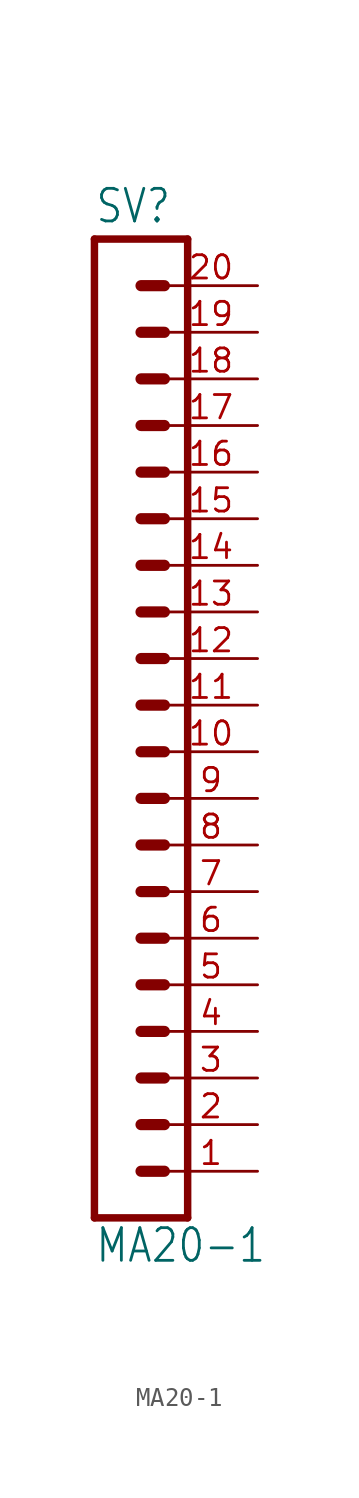
<source format=kicad_sym>
(kicad_symbol_lib
  (version 20211014)
  (generator kicad_symbol_editor)
  (symbol "MA20-1"
    (property "Reference" "SV"
      (at -1.27 28.702 0)
      (effects (font (size 1.778 1.511)) (justify left bottom)))
    (property "Value" "MA20-1"
      (at -1.27 -27.94 0)
      (effects (font (size 1.778 1.511)) (justify left bottom)))
    (property "ki_locked" ""
      (at 0 0 0)
      (effects (font (size 1.27 1.27))))
    (symbol "MA20-1_1_0"
      (polyline (pts (xy -1.27 27.94) (xy -1.27 -25.4)) (stroke (width 0.406) (type default) (color 0 0 0 0)) (fill (type none)))
      (polyline (pts (xy -1.27 27.94) (xy 3.81 27.94)) (stroke (width 0.406) (type default) (color 0 0 0 0)) (fill (type none)))
      (polyline (pts (xy 1.27 -22.86) (xy 2.54 -22.86)) (stroke (width 0.61) (type default) (color 0 0 0 0)) (fill (type none)))
      (polyline (pts (xy 1.27 -20.32) (xy 2.54 -20.32)) (stroke (width 0.61) (type default) (color 0 0 0 0)) (fill (type none)))
      (polyline (pts (xy 1.27 -17.78) (xy 2.54 -17.78)) (stroke (width 0.61) (type default) (color 0 0 0 0)) (fill (type none)))
      (polyline (pts (xy 1.27 -15.24) (xy 2.54 -15.24)) (stroke (width 0.61) (type default) (color 0 0 0 0)) (fill (type none)))
      (polyline (pts (xy 1.27 -12.7) (xy 2.54 -12.7)) (stroke (width 0.61) (type default) (color 0 0 0 0)) (fill (type none)))
      (polyline (pts (xy 1.27 -10.16) (xy 2.54 -10.16)) (stroke (width 0.61) (type default) (color 0 0 0 0)) (fill (type none)))
      (polyline (pts (xy 1.27 -7.62) (xy 2.54 -7.62)) (stroke (width 0.61) (type default) (color 0 0 0 0)) (fill (type none)))
      (polyline (pts (xy 1.27 -5.08) (xy 2.54 -5.08)) (stroke (width 0.61) (type default) (color 0 0 0 0)) (fill (type none)))
      (polyline (pts (xy 1.27 -2.54) (xy 2.54 -2.54)) (stroke (width 0.61) (type default) (color 0 0 0 0)) (fill (type none)))
      (polyline (pts (xy 1.27 0) (xy 2.54 0)) (stroke (width 0.61) (type default) (color 0 0 0 0)) (fill (type none)))
      (polyline (pts (xy 1.27 2.54) (xy 2.54 2.54)) (stroke (width 0.61) (type default) (color 0 0 0 0)) (fill (type none)))
      (polyline (pts (xy 1.27 5.08) (xy 2.54 5.08)) (stroke (width 0.61) (type default) (color 0 0 0 0)) (fill (type none)))
      (polyline (pts (xy 1.27 7.62) (xy 2.54 7.62)) (stroke (width 0.61) (type default) (color 0 0 0 0)) (fill (type none)))
      (polyline (pts (xy 1.27 10.16) (xy 2.54 10.16)) (stroke (width 0.61) (type default) (color 0 0 0 0)) (fill (type none)))
      (polyline (pts (xy 1.27 12.7) (xy 2.54 12.7)) (stroke (width 0.61) (type default) (color 0 0 0 0)) (fill (type none)))
      (polyline (pts (xy 1.27 15.24) (xy 2.54 15.24)) (stroke (width 0.61) (type default) (color 0 0 0 0)) (fill (type none)))
      (polyline (pts (xy 1.27 17.78) (xy 2.54 17.78)) (stroke (width 0.61) (type default) (color 0 0 0 0)) (fill (type none)))
      (polyline (pts (xy 1.27 20.32) (xy 2.54 20.32)) (stroke (width 0.61) (type default) (color 0 0 0 0)) (fill (type none)))
      (polyline (pts (xy 1.27 22.86) (xy 2.54 22.86)) (stroke (width 0.61) (type default) (color 0 0 0 0)) (fill (type none)))
      (polyline (pts (xy 1.27 25.4) (xy 2.54 25.4)) (stroke (width 0.61) (type default) (color 0 0 0 0)) (fill (type none)))
      (polyline (pts (xy 3.81 -25.4) (xy -1.27 -25.4)) (stroke (width 0.406) (type default) (color 0 0 0 0)) (fill (type none)))
      (polyline (pts (xy 3.81 -25.4) (xy 3.81 27.94)) (stroke (width 0.406) (type default) (color 0 0 0 0)) (fill (type none)))
      (pin passive line (at 7.62 -22.86 180) (length 5.08) (name "1" (effects (font (size 0 0)))) (number "1" (effects (font (size 1.27 1.27)))))
      (pin passive line (at 7.62 0 180) (length 5.08) (name "10" (effects (font (size 0 0)))) (number "10" (effects (font (size 1.27 1.27)))))
      (pin passive line (at 7.62 2.54 180) (length 5.08) (name "11" (effects (font (size 0 0)))) (number "11" (effects (font (size 1.27 1.27)))))
      (pin passive line (at 7.62 5.08 180) (length 5.08) (name "12" (effects (font (size 0 0)))) (number "12" (effects (font (size 1.27 1.27)))))
      (pin passive line (at 7.62 7.62 180) (length 5.08) (name "13" (effects (font (size 0 0)))) (number "13" (effects (font (size 1.27 1.27)))))
      (pin passive line (at 7.62 10.16 180) (length 5.08) (name "14" (effects (font (size 0 0)))) (number "14" (effects (font (size 1.27 1.27)))))
      (pin passive line (at 7.62 12.7 180) (length 5.08) (name "15" (effects (font (size 0 0)))) (number "15" (effects (font (size 1.27 1.27)))))
      (pin passive line (at 7.62 15.24 180) (length 5.08) (name "16" (effects (font (size 0 0)))) (number "16" (effects (font (size 1.27 1.27)))))
      (pin passive line (at 7.62 17.78 180) (length 5.08) (name "17" (effects (font (size 0 0)))) (number "17" (effects (font (size 1.27 1.27)))))
      (pin passive line (at 7.62 20.32 180) (length 5.08) (name "18" (effects (font (size 0 0)))) (number "18" (effects (font (size 1.27 1.27)))))
      (pin passive line (at 7.62 22.86 180) (length 5.08) (name "19" (effects (font (size 0 0)))) (number "19" (effects (font (size 1.27 1.27)))))
      (pin passive line (at 7.62 -20.32 180) (length 5.08) (name "2" (effects (font (size 0 0)))) (number "2" (effects (font (size 1.27 1.27)))))
      (pin passive line (at 7.62 25.4 180) (length 5.08) (name "20" (effects (font (size 0 0)))) (number "20" (effects (font (size 1.27 1.27)))))
      (pin passive line (at 7.62 -17.78 180) (length 5.08) (name "3" (effects (font (size 0 0)))) (number "3" (effects (font (size 1.27 1.27)))))
      (pin passive line (at 7.62 -15.24 180) (length 5.08) (name "4" (effects (font (size 0 0)))) (number "4" (effects (font (size 1.27 1.27)))))
      (pin passive line (at 7.62 -12.7 180) (length 5.08) (name "5" (effects (font (size 0 0)))) (number "5" (effects (font (size 1.27 1.27)))))
      (pin passive line (at 7.62 -10.16 180) (length 5.08) (name "6" (effects (font (size 0 0)))) (number "6" (effects (font (size 1.27 1.27)))))
      (pin passive line (at 7.62 -7.62 180) (length 5.08) (name "7" (effects (font (size 0 0)))) (number "7" (effects (font (size 1.27 1.27)))))
      (pin passive line (at 7.62 -5.08 180) (length 5.08) (name "8" (effects (font (size 0 0)))) (number "8" (effects (font (size 1.27 1.27)))))
      (pin passive line (at 7.62 -2.54 180) (length 5.08) (name "9" (effects (font (size 0 0)))) (number "9" (effects (font (size 1.27 1.27))))))))
</source>
